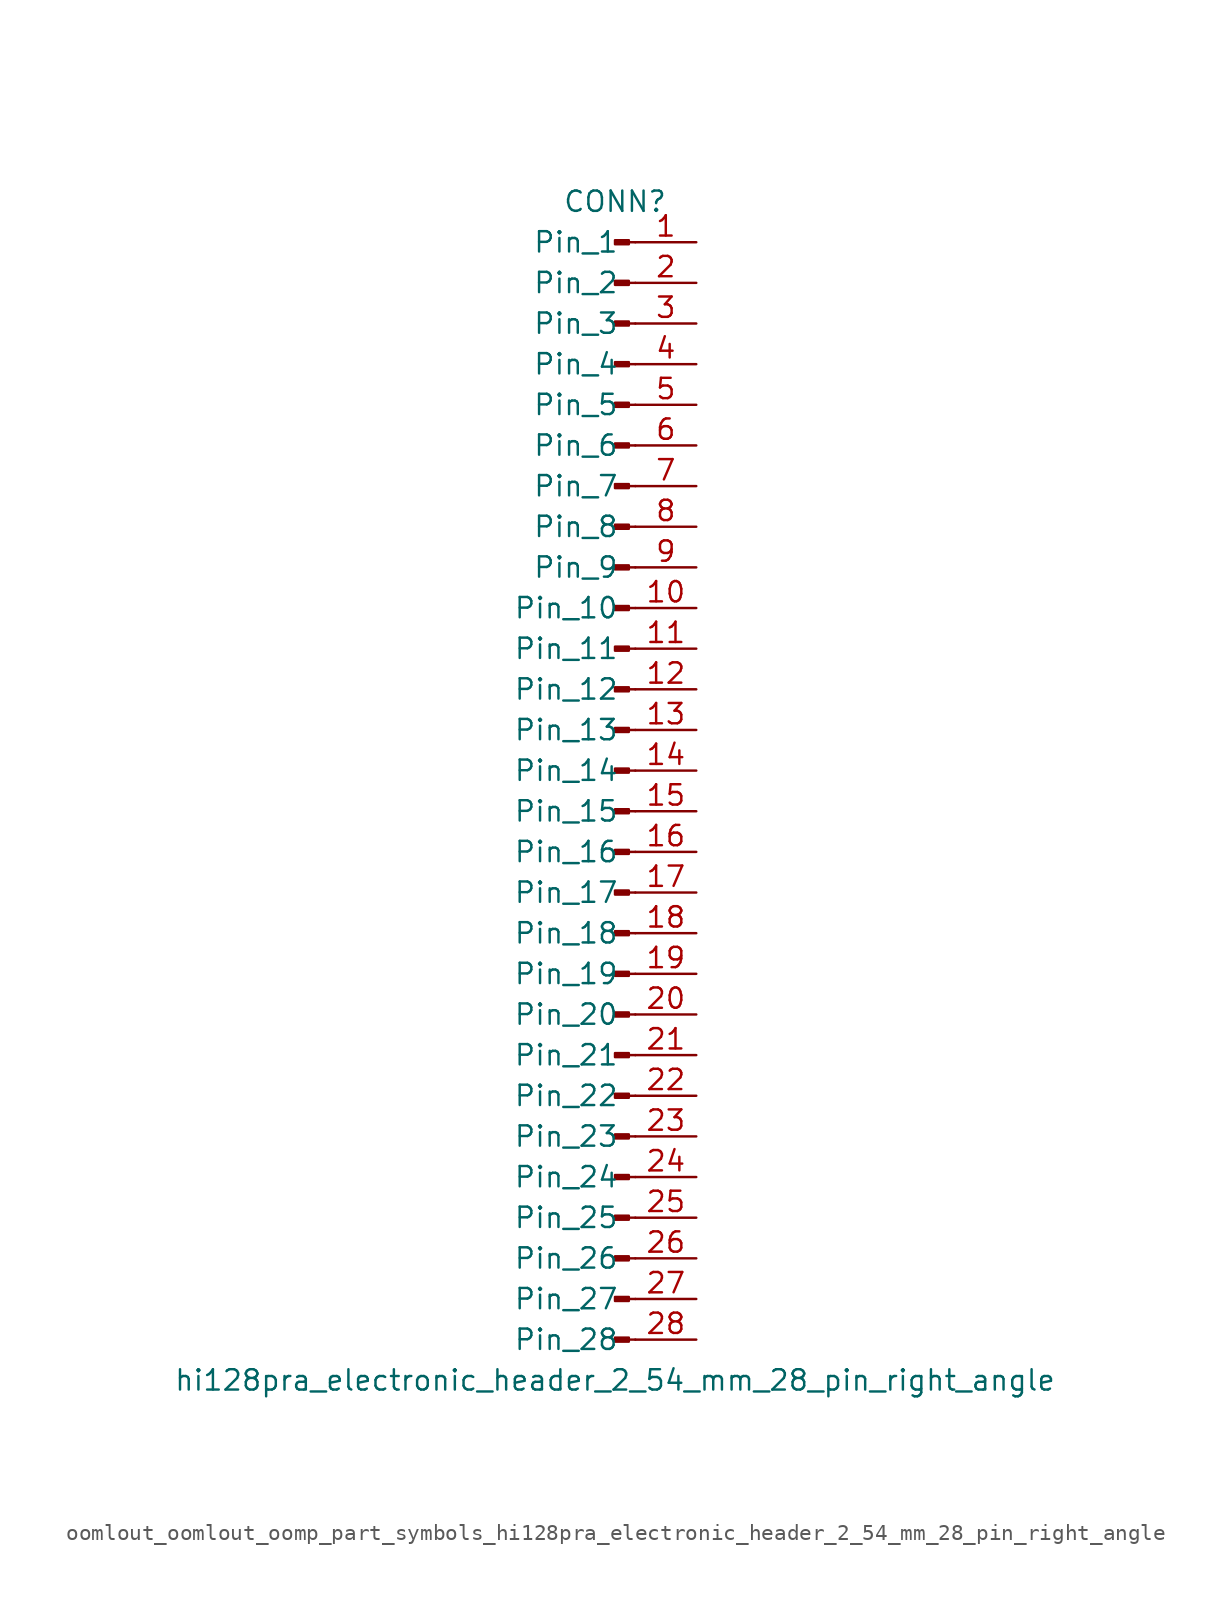
<source format=kicad_sym>
(kicad_symbol_lib
  (version 20220914)
  (generator kicad_symbol_editor)
  (symbol "oomlout_oomlout_oomp_part_symbols_hi128pra_electronic_header_2_54_mm_28_pin_right_angle"
    (pin_names
      (offset 1.016))
    (property "Reference" "CONN"
      (at 0 35.56 0)
      (effects (font (size 1.27 1.27))))
    (property "Value" "hi128pra_electronic_header_2_54_mm_28_pin_right_angle"
      (at 0 -38.1 0)
      (effects (font (size 1.27 1.27))))
    (property "ki_locked" ""
      (at 0 0 0)
      (effects (font (size 1.27 1.27))))
    (symbol "oomlout_oomlout_oomp_part_symbols_hi128pra_electronic_header_2_54_mm_28_pin_right_angle_1_1"
      (polyline (pts (xy 1.27 -35.56) (xy 0.864 -35.56)) (stroke (width 0.152) (type default)) (fill (type none)))
      (polyline (pts (xy 1.27 -33.02) (xy 0.864 -33.02)) (stroke (width 0.152) (type default)) (fill (type none)))
      (polyline (pts (xy 1.27 -30.48) (xy 0.864 -30.48)) (stroke (width 0.152) (type default)) (fill (type none)))
      (polyline (pts (xy 1.27 -27.94) (xy 0.864 -27.94)) (stroke (width 0.152) (type default)) (fill (type none)))
      (polyline (pts (xy 1.27 -25.4) (xy 0.864 -25.4)) (stroke (width 0.152) (type default)) (fill (type none)))
      (polyline (pts (xy 1.27 -22.86) (xy 0.864 -22.86)) (stroke (width 0.152) (type default)) (fill (type none)))
      (polyline (pts (xy 1.27 -20.32) (xy 0.864 -20.32)) (stroke (width 0.152) (type default)) (fill (type none)))
      (polyline (pts (xy 1.27 -17.78) (xy 0.864 -17.78)) (stroke (width 0.152) (type default)) (fill (type none)))
      (polyline (pts (xy 1.27 -15.24) (xy 0.864 -15.24)) (stroke (width 0.152) (type default)) (fill (type none)))
      (polyline (pts (xy 1.27 -12.7) (xy 0.864 -12.7)) (stroke (width 0.152) (type default)) (fill (type none)))
      (polyline (pts (xy 1.27 -10.16) (xy 0.864 -10.16)) (stroke (width 0.152) (type default)) (fill (type none)))
      (polyline (pts (xy 1.27 -7.62) (xy 0.864 -7.62)) (stroke (width 0.152) (type default)) (fill (type none)))
      (polyline (pts (xy 1.27 -5.08) (xy 0.864 -5.08)) (stroke (width 0.152) (type default)) (fill (type none)))
      (polyline (pts (xy 1.27 -2.54) (xy 0.864 -2.54)) (stroke (width 0.152) (type default)) (fill (type none)))
      (polyline (pts (xy 1.27 0) (xy 0.864 0)) (stroke (width 0.152) (type default)) (fill (type none)))
      (polyline (pts (xy 1.27 2.54) (xy 0.864 2.54)) (stroke (width 0.152) (type default)) (fill (type none)))
      (polyline (pts (xy 1.27 5.08) (xy 0.864 5.08)) (stroke (width 0.152) (type default)) (fill (type none)))
      (polyline (pts (xy 1.27 7.62) (xy 0.864 7.62)) (stroke (width 0.152) (type default)) (fill (type none)))
      (polyline (pts (xy 1.27 10.16) (xy 0.864 10.16)) (stroke (width 0.152) (type default)) (fill (type none)))
      (polyline (pts (xy 1.27 12.7) (xy 0.864 12.7)) (stroke (width 0.152) (type default)) (fill (type none)))
      (polyline (pts (xy 1.27 15.24) (xy 0.864 15.24)) (stroke (width 0.152) (type default)) (fill (type none)))
      (polyline (pts (xy 1.27 17.78) (xy 0.864 17.78)) (stroke (width 0.152) (type default)) (fill (type none)))
      (polyline (pts (xy 1.27 20.32) (xy 0.864 20.32)) (stroke (width 0.152) (type default)) (fill (type none)))
      (polyline (pts (xy 1.27 22.86) (xy 0.864 22.86)) (stroke (width 0.152) (type default)) (fill (type none)))
      (polyline (pts (xy 1.27 25.4) (xy 0.864 25.4)) (stroke (width 0.152) (type default)) (fill (type none)))
      (polyline (pts (xy 1.27 27.94) (xy 0.864 27.94)) (stroke (width 0.152) (type default)) (fill (type none)))
      (polyline (pts (xy 1.27 30.48) (xy 0.864 30.48)) (stroke (width 0.152) (type default)) (fill (type none)))
      (polyline (pts (xy 1.27 33.02) (xy 0.864 33.02)) (stroke (width 0.152) (type default)) (fill (type none)))
      (rectangle (start 0.864 -35.433) (end 0 -35.687) (stroke (width 0.152) (type default)) (fill (type outline)))
      (rectangle (start 0.864 -32.893) (end 0 -33.147) (stroke (width 0.152) (type default)) (fill (type outline)))
      (rectangle (start 0.864 -30.353) (end 0 -30.607) (stroke (width 0.152) (type default)) (fill (type outline)))
      (rectangle (start 0.864 -27.813) (end 0 -28.067) (stroke (width 0.152) (type default)) (fill (type outline)))
      (rectangle (start 0.864 -25.273) (end 0 -25.527) (stroke (width 0.152) (type default)) (fill (type outline)))
      (rectangle (start 0.864 -22.733) (end 0 -22.987) (stroke (width 0.152) (type default)) (fill (type outline)))
      (rectangle (start 0.864 -20.193) (end 0 -20.447) (stroke (width 0.152) (type default)) (fill (type outline)))
      (rectangle (start 0.864 -17.653) (end 0 -17.907) (stroke (width 0.152) (type default)) (fill (type outline)))
      (rectangle (start 0.864 -15.113) (end 0 -15.367) (stroke (width 0.152) (type default)) (fill (type outline)))
      (rectangle (start 0.864 -12.573) (end 0 -12.827) (stroke (width 0.152) (type default)) (fill (type outline)))
      (rectangle (start 0.864 -10.033) (end 0 -10.287) (stroke (width 0.152) (type default)) (fill (type outline)))
      (rectangle (start 0.864 -7.493) (end 0 -7.747) (stroke (width 0.152) (type default)) (fill (type outline)))
      (rectangle (start 0.864 -4.953) (end 0 -5.207) (stroke (width 0.152) (type default)) (fill (type outline)))
      (rectangle (start 0.864 -2.413) (end 0 -2.667) (stroke (width 0.152) (type default)) (fill (type outline)))
      (rectangle (start 0.864 0.127) (end 0 -0.127) (stroke (width 0.152) (type default)) (fill (type outline)))
      (rectangle (start 0.864 2.667) (end 0 2.413) (stroke (width 0.152) (type default)) (fill (type outline)))
      (rectangle (start 0.864 5.207) (end 0 4.953) (stroke (width 0.152) (type default)) (fill (type outline)))
      (rectangle (start 0.864 7.747) (end 0 7.493) (stroke (width 0.152) (type default)) (fill (type outline)))
      (rectangle (start 0.864 10.287) (end 0 10.033) (stroke (width 0.152) (type default)) (fill (type outline)))
      (rectangle (start 0.864 12.827) (end 0 12.573) (stroke (width 0.152) (type default)) (fill (type outline)))
      (rectangle (start 0.864 15.367) (end 0 15.113) (stroke (width 0.152) (type default)) (fill (type outline)))
      (rectangle (start 0.864 17.907) (end 0 17.653) (stroke (width 0.152) (type default)) (fill (type outline)))
      (rectangle (start 0.864 20.447) (end 0 20.193) (stroke (width 0.152) (type default)) (fill (type outline)))
      (rectangle (start 0.864 22.987) (end 0 22.733) (stroke (width 0.152) (type default)) (fill (type outline)))
      (rectangle (start 0.864 25.527) (end 0 25.273) (stroke (width 0.152) (type default)) (fill (type outline)))
      (rectangle (start 0.864 28.067) (end 0 27.813) (stroke (width 0.152) (type default)) (fill (type outline)))
      (rectangle (start 0.864 30.607) (end 0 30.353) (stroke (width 0.152) (type default)) (fill (type outline)))
      (rectangle (start 0.864 33.147) (end 0 32.893) (stroke (width 0.152) (type default)) (fill (type outline)))
      (pin passive line (at 5.08 33.02 180) (length 3.81) (name "Pin_1" (effects (font (size 1.27 1.27)))) (number "1" (effects (font (size 1.27 1.27)))))
      (pin passive line (at 5.08 10.16 180) (length 3.81) (name "Pin_10" (effects (font (size 1.27 1.27)))) (number "10" (effects (font (size 1.27 1.27)))))
      (pin passive line (at 5.08 7.62 180) (length 3.81) (name "Pin_11" (effects (font (size 1.27 1.27)))) (number "11" (effects (font (size 1.27 1.27)))))
      (pin passive line (at 5.08 5.08 180) (length 3.81) (name "Pin_12" (effects (font (size 1.27 1.27)))) (number "12" (effects (font (size 1.27 1.27)))))
      (pin passive line (at 5.08 2.54 180) (length 3.81) (name "Pin_13" (effects (font (size 1.27 1.27)))) (number "13" (effects (font (size 1.27 1.27)))))
      (pin passive line (at 5.08 0 180) (length 3.81) (name "Pin_14" (effects (font (size 1.27 1.27)))) (number "14" (effects (font (size 1.27 1.27)))))
      (pin passive line (at 5.08 -2.54 180) (length 3.81) (name "Pin_15" (effects (font (size 1.27 1.27)))) (number "15" (effects (font (size 1.27 1.27)))))
      (pin passive line (at 5.08 -5.08 180) (length 3.81) (name "Pin_16" (effects (font (size 1.27 1.27)))) (number "16" (effects (font (size 1.27 1.27)))))
      (pin passive line (at 5.08 -7.62 180) (length 3.81) (name "Pin_17" (effects (font (size 1.27 1.27)))) (number "17" (effects (font (size 1.27 1.27)))))
      (pin passive line (at 5.08 -10.16 180) (length 3.81) (name "Pin_18" (effects (font (size 1.27 1.27)))) (number "18" (effects (font (size 1.27 1.27)))))
      (pin passive line (at 5.08 -12.7 180) (length 3.81) (name "Pin_19" (effects (font (size 1.27 1.27)))) (number "19" (effects (font (size 1.27 1.27)))))
      (pin passive line (at 5.08 30.48 180) (length 3.81) (name "Pin_2" (effects (font (size 1.27 1.27)))) (number "2" (effects (font (size 1.27 1.27)))))
      (pin passive line (at 5.08 -15.24 180) (length 3.81) (name "Pin_20" (effects (font (size 1.27 1.27)))) (number "20" (effects (font (size 1.27 1.27)))))
      (pin passive line (at 5.08 -17.78 180) (length 3.81) (name "Pin_21" (effects (font (size 1.27 1.27)))) (number "21" (effects (font (size 1.27 1.27)))))
      (pin passive line (at 5.08 -20.32 180) (length 3.81) (name "Pin_22" (effects (font (size 1.27 1.27)))) (number "22" (effects (font (size 1.27 1.27)))))
      (pin passive line (at 5.08 -22.86 180) (length 3.81) (name "Pin_23" (effects (font (size 1.27 1.27)))) (number "23" (effects (font (size 1.27 1.27)))))
      (pin passive line (at 5.08 -25.4 180) (length 3.81) (name "Pin_24" (effects (font (size 1.27 1.27)))) (number "24" (effects (font (size 1.27 1.27)))))
      (pin passive line (at 5.08 -27.94 180) (length 3.81) (name "Pin_25" (effects (font (size 1.27 1.27)))) (number "25" (effects (font (size 1.27 1.27)))))
      (pin passive line (at 5.08 -30.48 180) (length 3.81) (name "Pin_26" (effects (font (size 1.27 1.27)))) (number "26" (effects (font (size 1.27 1.27)))))
      (pin passive line (at 5.08 -33.02 180) (length 3.81) (name "Pin_27" (effects (font (size 1.27 1.27)))) (number "27" (effects (font (size 1.27 1.27)))))
      (pin passive line (at 5.08 -35.56 180) (length 3.81) (name "Pin_28" (effects (font (size 1.27 1.27)))) (number "28" (effects (font (size 1.27 1.27)))))
      (pin passive line (at 5.08 27.94 180) (length 3.81) (name "Pin_3" (effects (font (size 1.27 1.27)))) (number "3" (effects (font (size 1.27 1.27)))))
      (pin passive line (at 5.08 25.4 180) (length 3.81) (name "Pin_4" (effects (font (size 1.27 1.27)))) (number "4" (effects (font (size 1.27 1.27)))))
      (pin passive line (at 5.08 22.86 180) (length 3.81) (name "Pin_5" (effects (font (size 1.27 1.27)))) (number "5" (effects (font (size 1.27 1.27)))))
      (pin passive line (at 5.08 20.32 180) (length 3.81) (name "Pin_6" (effects (font (size 1.27 1.27)))) (number "6" (effects (font (size 1.27 1.27)))))
      (pin passive line (at 5.08 17.78 180) (length 3.81) (name "Pin_7" (effects (font (size 1.27 1.27)))) (number "7" (effects (font (size 1.27 1.27)))))
      (pin passive line (at 5.08 15.24 180) (length 3.81) (name "Pin_8" (effects (font (size 1.27 1.27)))) (number "8" (effects (font (size 1.27 1.27)))))
      (pin passive line (at 5.08 12.7 180) (length 3.81) (name "Pin_9" (effects (font (size 1.27 1.27)))) (number "9" (effects (font (size 1.27 1.27))))))))
</source>
